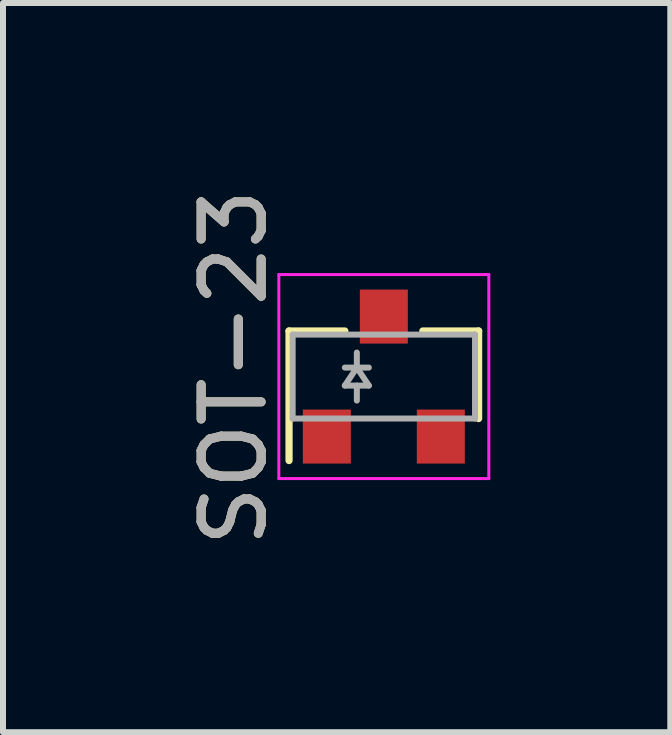
<source format=kicad_pcb>
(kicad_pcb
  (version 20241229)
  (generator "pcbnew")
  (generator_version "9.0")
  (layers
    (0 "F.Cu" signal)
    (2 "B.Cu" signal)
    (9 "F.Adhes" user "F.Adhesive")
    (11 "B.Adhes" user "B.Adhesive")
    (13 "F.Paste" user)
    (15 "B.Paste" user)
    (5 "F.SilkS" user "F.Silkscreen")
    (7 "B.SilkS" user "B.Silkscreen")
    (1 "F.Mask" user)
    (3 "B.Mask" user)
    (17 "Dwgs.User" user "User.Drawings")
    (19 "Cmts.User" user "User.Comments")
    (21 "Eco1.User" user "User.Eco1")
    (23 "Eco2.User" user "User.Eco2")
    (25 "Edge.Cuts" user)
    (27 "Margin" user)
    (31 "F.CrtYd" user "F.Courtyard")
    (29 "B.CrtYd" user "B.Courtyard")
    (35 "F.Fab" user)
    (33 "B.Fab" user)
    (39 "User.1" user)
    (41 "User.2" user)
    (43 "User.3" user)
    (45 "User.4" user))
  (footprint "SOT-23"
    (layer "F.Cu")
    (at 3.298 3.227)
    (property "Reference" "SOT-23" (at -2.45 -0.15 90) (layer "F.SilkS") (effects (font (size 1 1) (thickness 0.15))))
    (attr smd)
    (fp_line (start -1.53 -0.76) (end -1.53 1.4) (stroke (width 0.12) (type solid)) (layer "F.SilkS"))
    (fp_line (start -1.53 -0.76) (end -0.6 -0.76) (stroke (width 0.12) (type solid)) (layer "F.SilkS"))
    (fp_line (start 1.63 -0.76) (end 0.7 -0.76) (stroke (width 0.12) (type solid)) (layer "F.SilkS"))
    (fp_line (start 1.63 -0.76) (end 1.63 0.7) (stroke (width 0.12) (type solid)) (layer "F.SilkS"))
    (fp_line (start -1.7 -1.7) (end 1.8 -1.7) (stroke (width 0.05) (type solid)) (layer "F.CrtYd"))
    (fp_line (start -1.7 1.7) (end -1.7 -1.7) (stroke (width 0.05) (type solid)) (layer "F.CrtYd"))
    (fp_line (start 1.8 -1.7) (end 1.8 1.7) (stroke (width 0.05) (type solid)) (layer "F.CrtYd"))
    (fp_line (start 1.8 1.7) (end -1.7 1.7) (stroke (width 0.05) (type solid)) (layer "F.CrtYd"))
    (fp_line (start -1.47 -0.7) (end 1.57 -0.7) (stroke (width 0.1) (type solid)) (layer "F.Fab"))
    (fp_line (start -1.47 0.7) (end -1.47 -0.7) (stroke (width 0.1) (type solid)) (layer "F.Fab"))
    (fp_line (start -1.47 0.7) (end 1.57 0.7) (stroke (width 0.1) (type solid)) (layer "F.Fab"))
    (fp_line (start -0.6 -0.15) (end -0.2 -0.15) (stroke (width 0.1) (type solid)) (layer "F.Fab"))
    (fp_line (start -0.6 0.15) (end -0.2 0.15) (stroke (width 0.1) (type solid)) (layer "F.Fab"))
    (fp_line (start -0.4 -0.15) (end -0.6 0.15) (stroke (width 0.1) (type solid)) (layer "F.Fab"))
    (fp_line (start -0.4 -0.15) (end -0.4 -0.4) (stroke (width 0.1) (type solid)) (layer "F.Fab"))
    (fp_line (start -0.4 0.15) (end -0.4 0.4) (stroke (width 0.1) (type solid)) (layer "F.Fab"))
    (fp_line (start -0.2 0.15) (end -0.4 -0.15) (stroke (width 0.1) (type solid)) (layer "F.Fab"))
    (fp_line (start 1.57 0.7) (end 1.57 -0.7) (stroke (width 0.1) (type solid)) (layer "F.Fab"))
    (fp_text user "${REFERENCE}" (at -2.45 -0.15 90) (layer "F.Fab") (effects (font (size 1 1) (thickness 0.15))))
    (pad "1" smd rect (at -0.9 1 90) (size 0.9 0.8) (layers "F.Cu" "F.Mask" "F.Paste"))
    (pad "2" smd rect (at 1 1 90) (size 0.9 0.8) (layers "F.Cu" "F.Mask" "F.Paste"))
    (pad "3" smd rect (at 0.05 -1 90) (size 0.9 0.8) (layers "F.Cu" "F.Mask" "F.Paste")))
  (gr_rect
    (start -3 -3)
    (end 8.123 9.155)
    (stroke (width 0.1) (type default))
    (fill no)
    (layer "Edge.Cuts")))
</source>
